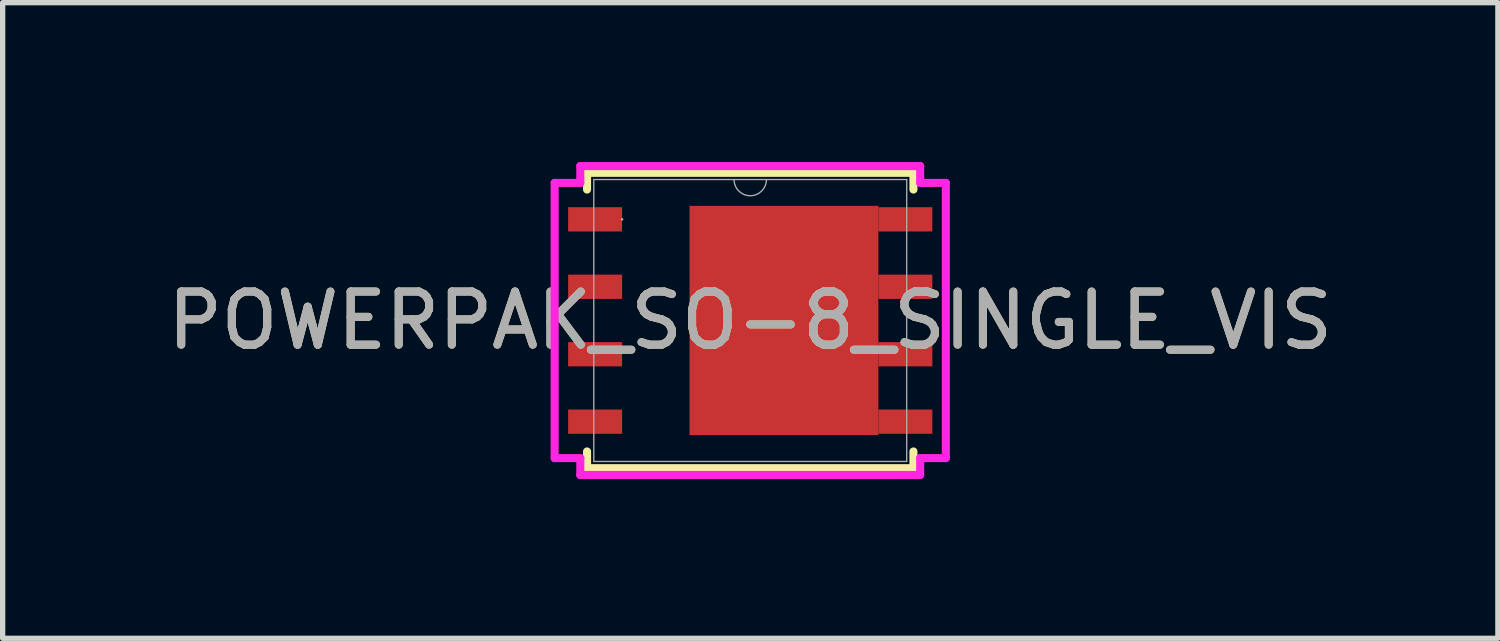
<source format=kicad_pcb>
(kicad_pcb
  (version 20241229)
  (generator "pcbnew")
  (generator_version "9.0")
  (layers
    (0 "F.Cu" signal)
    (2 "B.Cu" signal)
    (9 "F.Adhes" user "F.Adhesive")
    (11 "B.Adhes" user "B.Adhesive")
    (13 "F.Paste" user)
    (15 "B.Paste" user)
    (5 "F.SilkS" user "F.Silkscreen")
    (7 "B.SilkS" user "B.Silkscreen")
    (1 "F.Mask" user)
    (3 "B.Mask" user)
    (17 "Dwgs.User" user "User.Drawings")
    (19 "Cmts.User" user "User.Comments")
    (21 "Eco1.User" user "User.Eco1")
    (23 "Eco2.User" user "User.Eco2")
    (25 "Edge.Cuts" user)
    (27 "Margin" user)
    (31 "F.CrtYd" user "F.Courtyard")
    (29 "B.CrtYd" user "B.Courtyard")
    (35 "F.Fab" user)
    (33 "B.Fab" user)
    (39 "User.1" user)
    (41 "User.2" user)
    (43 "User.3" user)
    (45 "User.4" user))
  (footprint "POWERPAK_SO-8_SINGLE_VIS"
    (layer "F.Cu")
    (at 11.077 2.985)
    (property "Reference" "POWERPAK_SO-8_SINGLE_VIS" (at 0 0 0) (unlocked yes) (layer "F.SilkS") (effects (font (size 1 1) (thickness 0.15))))
    (attr smd)
    (fp_poly (pts (xy -1.143 -2.159) (xy 2.413 -2.159) (xy 2.413 2.159) (xy -1.143 2.159)) (stroke (width 0) (type solid)) (fill yes) (layer "F.Cu"))
    (fp_poly (pts (xy -1.143 -2.159) (xy 2.413 -2.159) (xy 2.413 2.159) (xy -1.143 2.159)) (stroke (width 0) (type solid)) (fill yes) (layer "F.Mask"))
    (fp_line (start -3.073 -2.781) (end -3.073 -2.466) (stroke (width 0.152) (type solid)) (layer "F.SilkS"))
    (fp_line (start -3.073 2.466) (end -3.073 2.781) (stroke (width 0.152) (type solid)) (layer "F.SilkS"))
    (fp_line (start -3.073 2.781) (end 3.073 2.781) (stroke (width 0.152) (type solid)) (layer "F.SilkS"))
    (fp_line (start 3.073 -2.781) (end -3.073 -2.781) (stroke (width 0.152) (type solid)) (layer "F.SilkS"))
    (fp_line (start 3.073 -2.466) (end 3.073 -2.781) (stroke (width 0.152) (type solid)) (layer "F.SilkS"))
    (fp_line (start 3.073 2.781) (end 3.073 2.466) (stroke (width 0.152) (type solid)) (layer "F.SilkS"))
    (fp_poly (pts (xy -1.143 -2.159) (xy 2.413 -2.159) (xy 2.413 2.159) (xy -1.143 2.159)) (stroke (width 0) (type solid)) (fill yes) (layer "F.Paste"))
    (fp_line (start -3.683 -2.591) (end -3.2 -2.591) (stroke (width 0.152) (type solid)) (layer "F.CrtYd"))
    (fp_line (start -3.683 2.591) (end -3.683 -2.591) (stroke (width 0.152) (type solid)) (layer "F.CrtYd"))
    (fp_line (start -3.683 2.591) (end -3.2 2.591) (stroke (width 0.152) (type solid)) (layer "F.CrtYd"))
    (fp_line (start -3.2 -2.908) (end 3.2 -2.908) (stroke (width 0.152) (type solid)) (layer "F.CrtYd"))
    (fp_line (start -3.2 -2.591) (end -3.2 -2.908) (stroke (width 0.152) (type solid)) (layer "F.CrtYd"))
    (fp_line (start -3.2 2.908) (end -3.2 2.591) (stroke (width 0.152) (type solid)) (layer "F.CrtYd"))
    (fp_line (start 3.2 -2.908) (end 3.2 -2.591) (stroke (width 0.152) (type solid)) (layer "F.CrtYd"))
    (fp_line (start 3.2 2.591) (end 3.2 2.908) (stroke (width 0.152) (type solid)) (layer "F.CrtYd"))
    (fp_line (start 3.2 2.908) (end -3.2 2.908) (stroke (width 0.152) (type solid)) (layer "F.CrtYd"))
    (fp_line (start 3.683 -2.591) (end 3.2 -2.591) (stroke (width 0.152) (type solid)) (layer "F.CrtYd"))
    (fp_line (start 3.683 -2.591) (end 3.683 2.591) (stroke (width 0.152) (type solid)) (layer "F.CrtYd"))
    (fp_line (start 3.683 2.591) (end 3.2 2.591) (stroke (width 0.152) (type solid)) (layer "F.CrtYd"))
    (fp_line (start -2.946 -2.654) (end -2.946 2.654) (stroke (width 0.025) (type solid)) (layer "F.Fab"))
    (fp_line (start -2.946 2.654) (end 2.946 2.654) (stroke (width 0.025) (type solid)) (layer "F.Fab"))
    (fp_line (start 2.946 -2.654) (end -2.946 -2.654) (stroke (width 0.025) (type solid)) (layer "F.Fab"))
    (fp_line (start 2.946 2.654) (end 2.946 -2.654) (stroke (width 0.025) (type solid)) (layer "F.Fab"))
    (fp_arc (start 0.3048 -2.6543) (mid 0 -2.3495) (end -0.3048 -2.6543) (stroke (width 0.0254) (type solid)) (layer "F.Fab"))
    (fp_circle (center -2.413 -1.905) (end -2.413 -1.905) (stroke (width 0.025) (type solid)) (fill no) (layer "F.Fab"))
    (fp_text user "${REFERENCE}" (at 0 0 0) (unlocked yes) (layer "F.Fab") (effects (font (size 1 1) (thickness 0.15))))
    (pad "1" smd rect (at -2.921 -1.905) (size 1.016 0.457) (layers "F.Cu" "F.Mask" "F.Paste"))
    (pad "2" smd rect (at -2.921 -0.635) (size 1.016 0.457) (layers "F.Cu" "F.Mask" "F.Paste"))
    (pad "3" smd rect (at -2.921 0.635) (size 1.016 0.457) (layers "F.Cu" "F.Mask" "F.Paste"))
    (pad "4" smd rect (at -2.921 1.905) (size 1.016 0.457) (layers "F.Cu" "F.Mask" "F.Paste"))
    (pad "5" smd rect (at 2.921 1.905) (size 1.016 0.457) (layers "F.Cu" "F.Mask" "F.Paste"))
    (pad "6" smd rect (at 2.921 0.635) (size 1.016 0.457) (layers "F.Cu" "F.Mask" "F.Paste"))
    (pad "7" smd rect (at 2.921 -0.635) (size 1.016 0.457) (layers "F.Cu" "F.Mask" "F.Paste"))
    (pad "8" smd rect (at 2.921 -1.905) (size 1.016 0.457) (layers "F.Cu" "F.Mask" "F.Paste")))
  (gr_rect
    (start -3 -3)
    (end 25.155 8.969)
    (stroke (width 0.1) (type default))
    (fill no)
    (layer "Edge.Cuts")))
</source>
